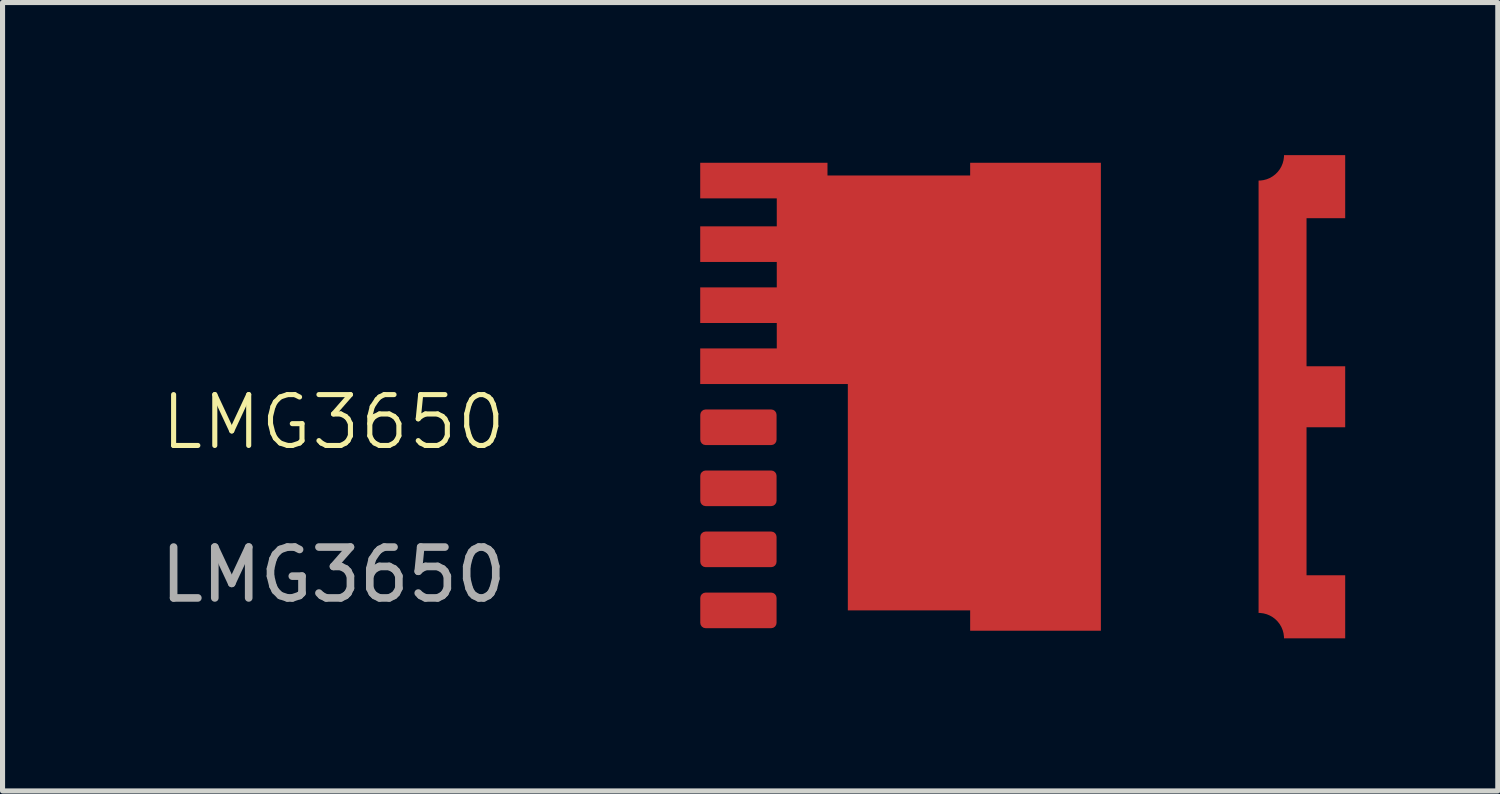
<source format=kicad_pcb>
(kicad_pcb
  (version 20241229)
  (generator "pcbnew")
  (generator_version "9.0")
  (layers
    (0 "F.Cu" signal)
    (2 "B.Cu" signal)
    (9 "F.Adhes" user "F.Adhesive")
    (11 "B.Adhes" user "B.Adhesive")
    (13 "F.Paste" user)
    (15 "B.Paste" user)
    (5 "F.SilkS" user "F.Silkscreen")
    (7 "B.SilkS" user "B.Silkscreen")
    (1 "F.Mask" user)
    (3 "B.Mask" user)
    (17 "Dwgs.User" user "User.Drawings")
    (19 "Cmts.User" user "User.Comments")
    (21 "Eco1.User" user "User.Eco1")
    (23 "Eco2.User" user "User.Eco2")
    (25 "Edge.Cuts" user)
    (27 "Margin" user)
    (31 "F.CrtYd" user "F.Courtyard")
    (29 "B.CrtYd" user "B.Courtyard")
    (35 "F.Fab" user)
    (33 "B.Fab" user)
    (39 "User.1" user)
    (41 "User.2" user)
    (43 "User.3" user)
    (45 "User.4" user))
  (footprint "LMG3650"
    (layer "F.Cu")
    (at 17.006 4.75)
    (property "Reference" "LMG3650" (at -13.5 0.5 0) (unlocked yes) (layer "F.SilkS") (effects (font (size 1 1) (thickness 0.1))))
    (attr smd)
    (fp_text user "${REFERENCE}" (at -13.5 3.5 0) (unlocked yes) (layer "F.Fab") (effects (font (size 1 1) (thickness 0.15))))
    (pad "1" smd custom (at 0 0.6) (size 1.5 0.7) (layers "F.Cu" "F.Mask" "F.Paste") (options (anchor rect)) (primitives (gr_poly (pts (xy -6.29 -5.2) (xy -3.788 -5.2) (xy -3.788 -4.95) (xy -0.983 -4.95) (xy -0.983 -5.2) (xy 1.587 -5.2) (xy 1.587 4) (xy -0.983 4) (xy -0.983 3.6) (xy -3.388 3.6) (xy -3.388 -0.85) (xy -6.29 -0.85) (xy -6.29 -1.55) (xy -4.785 -1.55) (xy -4.785 -2.05) (xy -6.29 -2.05) (xy -6.29 -2.75) (xy -4.785 -2.75) (xy -4.785 -3.25) (xy -6.29 -3.25) (xy -6.29 -3.95) (xy -4.785 -3.95) (xy -4.785 -4.5) (xy -6.29 -4.5)) (width 0) (fill yes)) (gr_rect (start -6.29 -1.55) (end -2.835 -0.85) (width 0) (fill yes)) (gr_rect (start -6.29 -2.75) (end -4.785 -2.05) (width 0) (fill yes)) (gr_rect (start -6.29 -3.95) (end -4.785 -3.25) (width 0) (fill yes)) (gr_rect (start -6.29 -5.2) (end -4.785 -4.5) (width 0) (fill yes))))
    (pad "5" smd roundrect (at -5.539 0.6) (size 1.5 0.7) (layers "F.Cu" "F.Mask" "F.Paste") (roundrect_rratio 0.15))
    (pad "6" smd roundrect (at -5.539 1.8) (size 1.5 0.7) (layers "F.Cu" "F.Mask" "F.Paste") (roundrect_rratio 0.15))
    (pad "7" smd roundrect (at -5.539 3) (size 1.5 0.7) (layers "F.Cu" "F.Mask" "F.Paste") (roundrect_rratio 0.15))
    (pad "8" smd roundrect (at -5.539 4.2) (size 1.5 0.7) (layers "F.Cu" "F.Mask" "F.Paste") (roundrect_rratio 0.15))
    (pad "9" smd custom (at 5.166 0.07 90) (size 1.5 0.7) (layers "F.Cu" "F.Mask" "F.Paste") (options (anchor rect)) (primitives (gr_poly (pts (arc (start 4.32 -0.479) (mid 4.466447 -0.125447) (end 4.82 0.021)) (xy 4.82 1.224) (xy 4.2 1.224) (xy 3.58 1.224) (xy 3.58 0.464) (xy 0.67 0.464) (xy 0.67 1.224) (xy -0.53 1.224) (xy -0.53 0.464) (xy -3.44 0.464) (xy -3.44 1.224) (xy -4.06 1.224) (xy -4.68 1.224) (arc (start -4.68 0.021) (mid -4.326447 -0.125447) (end -4.18 -0.479))) (width 0) (fill yes)))))
  (gr_rect
    (start -3 -3)
    (end 26.396 12.5)
    (stroke (width 0.1) (type default))
    (fill no)
    (layer "Edge.Cuts")))
</source>
